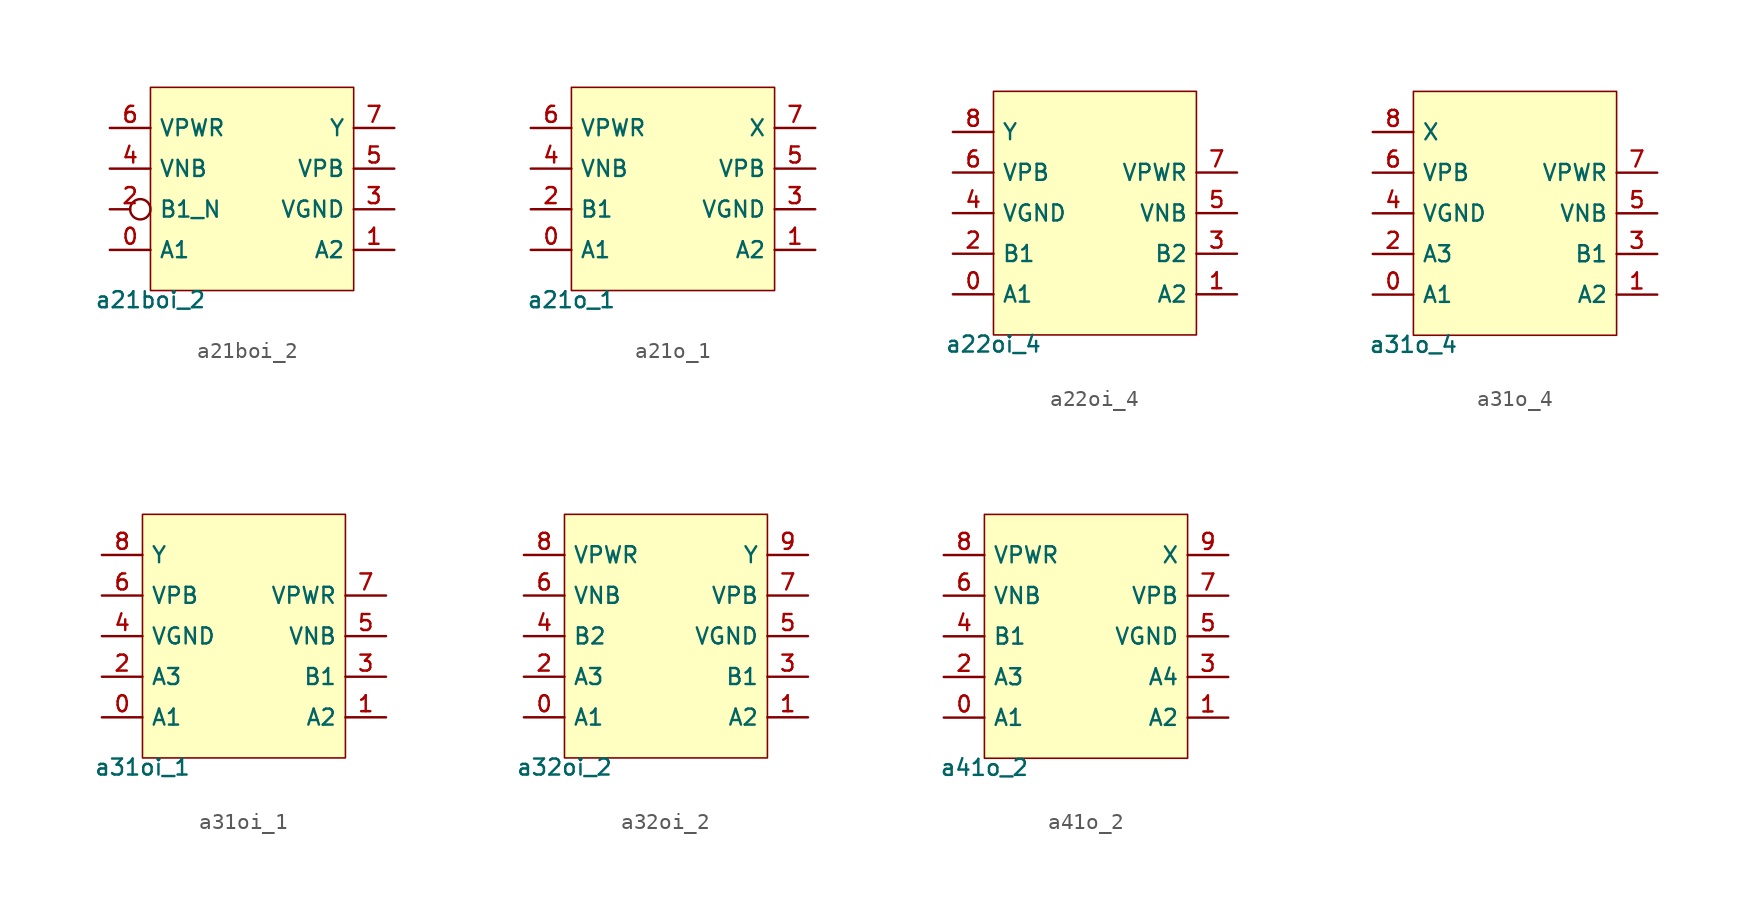
<source format=kicad_sym>
(kicad_symbol_lib
  (version 20211014)
  (generator pdk2kicad)
  (symbol "a21boi_2"
    (property "Reference" "X"
      (at 0 0 0)
      (effects (font (size 1 1)) hide))
    (property "Value" "a21boi_2"
      (at -6.35 -6.35 0)
      (effects (font (size 1 1)) (justify top)))
    (rectangle
      (start -6.35 -6.35)
      (end 6.35 6.35)
      (stroke (width 0.1) (type solid) (color 0 0 0 0))
      (fill (type background)))
    (pin bidirectional line
      (at -8.89 -3.81 0)
      (length 2.54)
      (name "A1" (effects (font (size 1 1)) hide))
      (number "0" (effects (font (size 1 1)) hide)))
    (pin bidirectional line
      (at 8.89 -3.81 180)
      (length 2.54)
      (name "A2" (effects (font (size 1 1)) hide))
      (number "1" (effects (font (size 1 1)) hide)))
    (pin bidirectional inverted
      (at -8.89 -1.27 0)
      (length 2.54)
      (name "B1_N" (effects (font (size 1 1)) hide))
      (number "2" (effects (font (size 1 1)) hide)))
    (pin bidirectional line
      (at 8.89 -1.27 180)
      (length 2.54)
      (name "VGND" (effects (font (size 1 1)) hide))
      (number "3" (effects (font (size 1 1)) hide)))
    (pin bidirectional line
      (at -8.89 1.27 0)
      (length 2.54)
      (name "VNB" (effects (font (size 1 1)) hide))
      (number "4" (effects (font (size 1 1)) hide)))
    (pin bidirectional line
      (at 8.89 1.27 180)
      (length 2.54)
      (name "VPB" (effects (font (size 1 1)) hide))
      (number "5" (effects (font (size 1 1)) hide)))
    (pin bidirectional line
      (at -8.89 3.81 0)
      (length 2.54)
      (name "VPWR" (effects (font (size 1 1)) hide))
      (number "6" (effects (font (size 1 1)) hide)))
    (pin bidirectional line
      (at 8.89 3.81 180)
      (length 2.54)
      (name "Y" (effects (font (size 1 1)) hide))
      (number "7" (effects (font (size 1 1)) hide))))
  (symbol "a21o_1"
    (property "Reference" "X"
      (at 0 0 0)
      (effects (font (size 1 1)) hide))
    (property "Value" "a21o_1"
      (at -6.35 -6.35 0)
      (effects (font (size 1 1)) (justify top)))
    (rectangle
      (start -6.35 -6.35)
      (end 6.35 6.35)
      (stroke (width 0.1) (type solid) (color 0 0 0 0))
      (fill (type background)))
    (pin bidirectional line
      (at -8.89 -3.81 0)
      (length 2.54)
      (name "A1" (effects (font (size 1 1)) hide))
      (number "0" (effects (font (size 1 1)) hide)))
    (pin bidirectional line
      (at 8.89 -3.81 180)
      (length 2.54)
      (name "A2" (effects (font (size 1 1)) hide))
      (number "1" (effects (font (size 1 1)) hide)))
    (pin bidirectional line
      (at -8.89 -1.27 0)
      (length 2.54)
      (name "B1" (effects (font (size 1 1)) hide))
      (number "2" (effects (font (size 1 1)) hide)))
    (pin bidirectional line
      (at 8.89 -1.27 180)
      (length 2.54)
      (name "VGND" (effects (font (size 1 1)) hide))
      (number "3" (effects (font (size 1 1)) hide)))
    (pin bidirectional line
      (at -8.89 1.27 0)
      (length 2.54)
      (name "VNB" (effects (font (size 1 1)) hide))
      (number "4" (effects (font (size 1 1)) hide)))
    (pin bidirectional line
      (at 8.89 1.27 180)
      (length 2.54)
      (name "VPB" (effects (font (size 1 1)) hide))
      (number "5" (effects (font (size 1 1)) hide)))
    (pin bidirectional line
      (at -8.89 3.81 0)
      (length 2.54)
      (name "VPWR" (effects (font (size 1 1)) hide))
      (number "6" (effects (font (size 1 1)) hide)))
    (pin bidirectional line
      (at 8.89 3.81 180)
      (length 2.54)
      (name "X" (effects (font (size 1 1)) hide))
      (number "7" (effects (font (size 1 1)) hide))))
  (symbol "a22oi_4"
    (property "Reference" "X"
      (at 0 0 0)
      (effects (font (size 1 1)) hide))
    (property "Value" "a22oi_4"
      (at -6.35 -7.62 0)
      (effects (font (size 1 1)) (justify top)))
    (rectangle
      (start -6.35 -7.62)
      (end 6.35 7.62)
      (stroke (width 0.1) (type solid) (color 0 0 0 0))
      (fill (type background)))
    (pin bidirectional line
      (at -8.89 -5.08 0)
      (length 2.54)
      (name "A1" (effects (font (size 1 1)) hide))
      (number "0" (effects (font (size 1 1)) hide)))
    (pin bidirectional line
      (at 8.89 -5.08 180)
      (length 2.54)
      (name "A2" (effects (font (size 1 1)) hide))
      (number "1" (effects (font (size 1 1)) hide)))
    (pin bidirectional line
      (at -8.89 -2.54 0)
      (length 2.54)
      (name "B1" (effects (font (size 1 1)) hide))
      (number "2" (effects (font (size 1 1)) hide)))
    (pin bidirectional line
      (at 8.89 -2.54 180)
      (length 2.54)
      (name "B2" (effects (font (size 1 1)) hide))
      (number "3" (effects (font (size 1 1)) hide)))
    (pin bidirectional line
      (at -8.89 8.881784197001252e-16 0)
      (length 2.54)
      (name "VGND" (effects (font (size 1 1)) hide))
      (number "4" (effects (font (size 1 1)) hide)))
    (pin bidirectional line
      (at 8.89 8.881784197001252e-16 180)
      (length 2.54)
      (name "VNB" (effects (font (size 1 1)) hide))
      (number "5" (effects (font (size 1 1)) hide)))
    (pin bidirectional line
      (at -8.89 2.54 0)
      (length 2.54)
      (name "VPB" (effects (font (size 1 1)) hide))
      (number "6" (effects (font (size 1 1)) hide)))
    (pin bidirectional line
      (at 8.89 2.54 180)
      (length 2.54)
      (name "VPWR" (effects (font (size 1 1)) hide))
      (number "7" (effects (font (size 1 1)) hide)))
    (pin bidirectional line
      (at -8.89 5.08 0)
      (length 2.54)
      (name "Y" (effects (font (size 1 1)) hide))
      (number "8" (effects (font (size 1 1)) hide))))
  (symbol "a31o_4"
    (property "Reference" "X"
      (at 0 0 0)
      (effects (font (size 1 1)) hide))
    (property "Value" "a31o_4"
      (at -6.35 -7.62 0)
      (effects (font (size 1 1)) (justify top)))
    (rectangle
      (start -6.35 -7.62)
      (end 6.35 7.62)
      (stroke (width 0.1) (type solid) (color 0 0 0 0))
      (fill (type background)))
    (pin bidirectional line
      (at -8.89 -5.08 0)
      (length 2.54)
      (name "A1" (effects (font (size 1 1)) hide))
      (number "0" (effects (font (size 1 1)) hide)))
    (pin bidirectional line
      (at 8.89 -5.08 180)
      (length 2.54)
      (name "A2" (effects (font (size 1 1)) hide))
      (number "1" (effects (font (size 1 1)) hide)))
    (pin bidirectional line
      (at -8.89 -2.54 0)
      (length 2.54)
      (name "A3" (effects (font (size 1 1)) hide))
      (number "2" (effects (font (size 1 1)) hide)))
    (pin bidirectional line
      (at 8.89 -2.54 180)
      (length 2.54)
      (name "B1" (effects (font (size 1 1)) hide))
      (number "3" (effects (font (size 1 1)) hide)))
    (pin bidirectional line
      (at -8.89 8.881784197001252e-16 0)
      (length 2.54)
      (name "VGND" (effects (font (size 1 1)) hide))
      (number "4" (effects (font (size 1 1)) hide)))
    (pin bidirectional line
      (at 8.89 8.881784197001252e-16 180)
      (length 2.54)
      (name "VNB" (effects (font (size 1 1)) hide))
      (number "5" (effects (font (size 1 1)) hide)))
    (pin bidirectional line
      (at -8.89 2.54 0)
      (length 2.54)
      (name "VPB" (effects (font (size 1 1)) hide))
      (number "6" (effects (font (size 1 1)) hide)))
    (pin bidirectional line
      (at 8.89 2.54 180)
      (length 2.54)
      (name "VPWR" (effects (font (size 1 1)) hide))
      (number "7" (effects (font (size 1 1)) hide)))
    (pin bidirectional line
      (at -8.89 5.08 0)
      (length 2.54)
      (name "X" (effects (font (size 1 1)) hide))
      (number "8" (effects (font (size 1 1)) hide))))
  (symbol "a31oi_1"
    (property "Reference" "X"
      (at 0 0 0)
      (effects (font (size 1 1)) hide))
    (property "Value" "a31oi_1"
      (at -6.35 -7.62 0)
      (effects (font (size 1 1)) (justify top)))
    (rectangle
      (start -6.35 -7.62)
      (end 6.35 7.62)
      (stroke (width 0.1) (type solid) (color 0 0 0 0))
      (fill (type background)))
    (pin bidirectional line
      (at -8.89 -5.08 0)
      (length 2.54)
      (name "A1" (effects (font (size 1 1)) hide))
      (number "0" (effects (font (size 1 1)) hide)))
    (pin bidirectional line
      (at 8.89 -5.08 180)
      (length 2.54)
      (name "A2" (effects (font (size 1 1)) hide))
      (number "1" (effects (font (size 1 1)) hide)))
    (pin bidirectional line
      (at -8.89 -2.54 0)
      (length 2.54)
      (name "A3" (effects (font (size 1 1)) hide))
      (number "2" (effects (font (size 1 1)) hide)))
    (pin bidirectional line
      (at 8.89 -2.54 180)
      (length 2.54)
      (name "B1" (effects (font (size 1 1)) hide))
      (number "3" (effects (font (size 1 1)) hide)))
    (pin bidirectional line
      (at -8.89 8.881784197001252e-16 0)
      (length 2.54)
      (name "VGND" (effects (font (size 1 1)) hide))
      (number "4" (effects (font (size 1 1)) hide)))
    (pin bidirectional line
      (at 8.89 8.881784197001252e-16 180)
      (length 2.54)
      (name "VNB" (effects (font (size 1 1)) hide))
      (number "5" (effects (font (size 1 1)) hide)))
    (pin bidirectional line
      (at -8.89 2.54 0)
      (length 2.54)
      (name "VPB" (effects (font (size 1 1)) hide))
      (number "6" (effects (font (size 1 1)) hide)))
    (pin bidirectional line
      (at 8.89 2.54 180)
      (length 2.54)
      (name "VPWR" (effects (font (size 1 1)) hide))
      (number "7" (effects (font (size 1 1)) hide)))
    (pin bidirectional line
      (at -8.89 5.08 0)
      (length 2.54)
      (name "Y" (effects (font (size 1 1)) hide))
      (number "8" (effects (font (size 1 1)) hide))))
  (symbol "a32oi_2"
    (property "Reference" "X"
      (at 0 0 0)
      (effects (font (size 1 1)) hide))
    (property "Value" "a32oi_2"
      (at -6.35 -7.62 0)
      (effects (font (size 1 1)) (justify top)))
    (rectangle
      (start -6.35 -7.62)
      (end 6.35 7.62)
      (stroke (width 0.1) (type solid) (color 0 0 0 0))
      (fill (type background)))
    (pin bidirectional line
      (at -8.89 -5.08 0)
      (length 2.54)
      (name "A1" (effects (font (size 1 1)) hide))
      (number "0" (effects (font (size 1 1)) hide)))
    (pin bidirectional line
      (at 8.89 -5.08 180)
      (length 2.54)
      (name "A2" (effects (font (size 1 1)) hide))
      (number "1" (effects (font (size 1 1)) hide)))
    (pin bidirectional line
      (at -8.89 -2.54 0)
      (length 2.54)
      (name "A3" (effects (font (size 1 1)) hide))
      (number "2" (effects (font (size 1 1)) hide)))
    (pin bidirectional line
      (at 8.89 -2.54 180)
      (length 2.54)
      (name "B1" (effects (font (size 1 1)) hide))
      (number "3" (effects (font (size 1 1)) hide)))
    (pin bidirectional line
      (at -8.89 8.881784197001252e-16 0)
      (length 2.54)
      (name "B2" (effects (font (size 1 1)) hide))
      (number "4" (effects (font (size 1 1)) hide)))
    (pin bidirectional line
      (at 8.89 8.881784197001252e-16 180)
      (length 2.54)
      (name "VGND" (effects (font (size 1 1)) hide))
      (number "5" (effects (font (size 1 1)) hide)))
    (pin bidirectional line
      (at -8.89 2.54 0)
      (length 2.54)
      (name "VNB" (effects (font (size 1 1)) hide))
      (number "6" (effects (font (size 1 1)) hide)))
    (pin bidirectional line
      (at 8.89 2.54 180)
      (length 2.54)
      (name "VPB" (effects (font (size 1 1)) hide))
      (number "7" (effects (font (size 1 1)) hide)))
    (pin bidirectional line
      (at -8.89 5.08 0)
      (length 2.54)
      (name "VPWR" (effects (font (size 1 1)) hide))
      (number "8" (effects (font (size 1 1)) hide)))
    (pin bidirectional line
      (at 8.89 5.08 180)
      (length 2.54)
      (name "Y" (effects (font (size 1 1)) hide))
      (number "9" (effects (font (size 1 1)) hide))))
  (symbol "a41o_2"
    (property "Reference" "X"
      (at 0 0 0)
      (effects (font (size 1 1)) hide))
    (property "Value" "a41o_2"
      (at -6.35 -7.62 0)
      (effects (font (size 1 1)) (justify top)))
    (rectangle
      (start -6.35 -7.62)
      (end 6.35 7.62)
      (stroke (width 0.1) (type solid) (color 0 0 0 0))
      (fill (type background)))
    (pin bidirectional line
      (at -8.89 -5.08 0)
      (length 2.54)
      (name "A1" (effects (font (size 1 1)) hide))
      (number "0" (effects (font (size 1 1)) hide)))
    (pin bidirectional line
      (at 8.89 -5.08 180)
      (length 2.54)
      (name "A2" (effects (font (size 1 1)) hide))
      (number "1" (effects (font (size 1 1)) hide)))
    (pin bidirectional line
      (at -8.89 -2.54 0)
      (length 2.54)
      (name "A3" (effects (font (size 1 1)) hide))
      (number "2" (effects (font (size 1 1)) hide)))
    (pin bidirectional line
      (at 8.89 -2.54 180)
      (length 2.54)
      (name "A4" (effects (font (size 1 1)) hide))
      (number "3" (effects (font (size 1 1)) hide)))
    (pin bidirectional line
      (at -8.89 8.881784197001252e-16 0)
      (length 2.54)
      (name "B1" (effects (font (size 1 1)) hide))
      (number "4" (effects (font (size 1 1)) hide)))
    (pin bidirectional line
      (at 8.89 8.881784197001252e-16 180)
      (length 2.54)
      (name "VGND" (effects (font (size 1 1)) hide))
      (number "5" (effects (font (size 1 1)) hide)))
    (pin bidirectional line
      (at -8.89 2.54 0)
      (length 2.54)
      (name "VNB" (effects (font (size 1 1)) hide))
      (number "6" (effects (font (size 1 1)) hide)))
    (pin bidirectional line
      (at 8.89 2.54 180)
      (length 2.54)
      (name "VPB" (effects (font (size 1 1)) hide))
      (number "7" (effects (font (size 1 1)) hide)))
    (pin bidirectional line
      (at -8.89 5.08 0)
      (length 2.54)
      (name "VPWR" (effects (font (size 1 1)) hide))
      (number "8" (effects (font (size 1 1)) hide)))
    (pin bidirectional line
      (at 8.89 5.08 180)
      (length 2.54)
      (name "X" (effects (font (size 1 1)) hide))
      (number "9" (effects (font (size 1 1)) hide)))))
</source>
